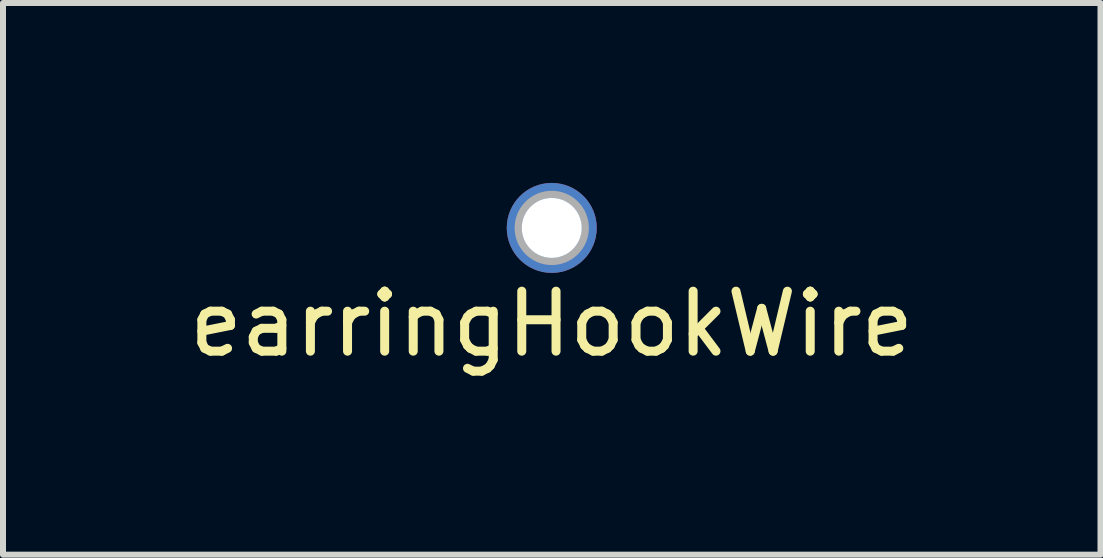
<source format=kicad_pcb>
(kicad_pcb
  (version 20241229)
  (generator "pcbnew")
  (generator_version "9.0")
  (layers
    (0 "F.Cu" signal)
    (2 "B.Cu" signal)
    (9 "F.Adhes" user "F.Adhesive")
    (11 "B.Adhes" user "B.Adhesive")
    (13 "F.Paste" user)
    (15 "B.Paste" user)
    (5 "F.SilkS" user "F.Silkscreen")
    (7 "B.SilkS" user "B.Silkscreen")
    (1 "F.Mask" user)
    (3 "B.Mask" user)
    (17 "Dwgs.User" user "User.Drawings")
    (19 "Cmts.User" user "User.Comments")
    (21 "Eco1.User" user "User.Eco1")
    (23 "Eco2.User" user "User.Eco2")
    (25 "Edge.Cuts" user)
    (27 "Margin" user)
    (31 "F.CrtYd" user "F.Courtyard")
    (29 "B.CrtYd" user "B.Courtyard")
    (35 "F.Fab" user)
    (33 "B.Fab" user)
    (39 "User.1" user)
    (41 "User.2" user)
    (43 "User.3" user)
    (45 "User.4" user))
  (footprint "earringHookWire"
    (layer "F.Cu")
    (at 6.149 0.75)
    (property "Reference" "earringHookWire" (at 0 1.6 0) (layer "F.SilkS") (effects (font (size 1 1) (thickness 0.15))))
    (attr through_hole)
    (fp_circle (center 0 0) (end 0.5 -0.25) (stroke (width 0.12) (type solid)) (fill no) (layer "F.Fab"))
    (pad "1" thru_hole circle (at 0 0) (size 1.5 1.5) (drill 1) (layers "*.Cu" "*.Mask")))
  (gr_rect
    (start -3 -3)
    (end 15.298 6.198)
    (stroke (width 0.1) (type default))
    (fill no)
    (layer "Edge.Cuts")))
</source>
